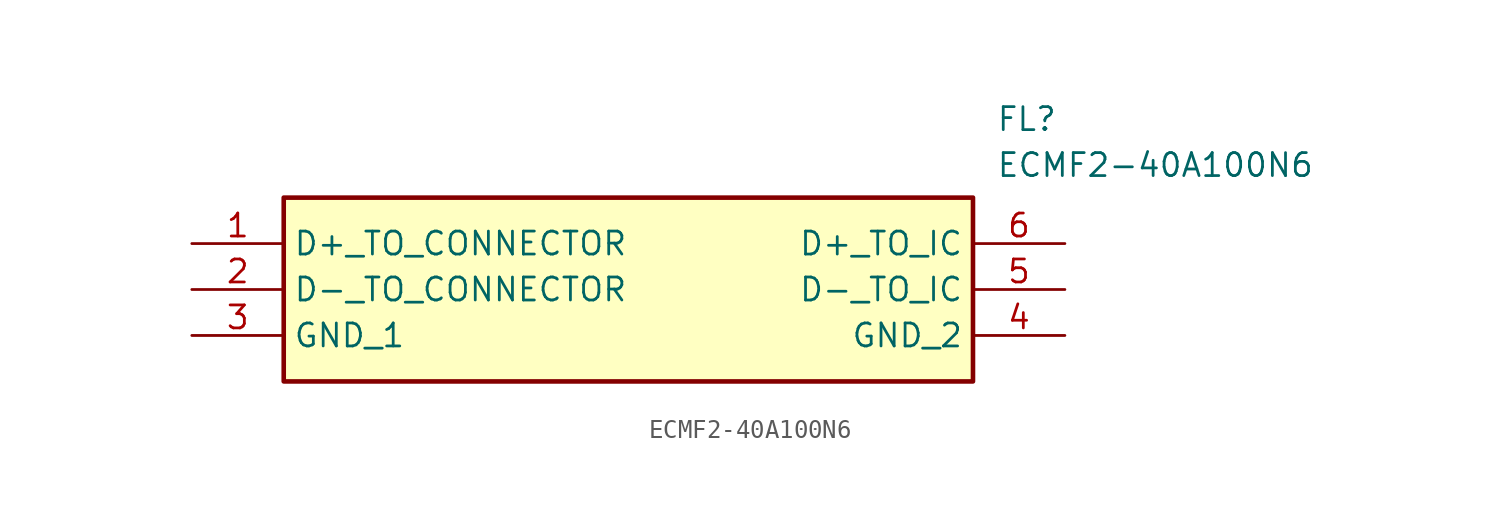
<source format=kicad_sym>
(kicad_symbol_lib
  (version 20211014)
  (generator SamacSys_ECAD_Model)
  (symbol "ECMF2-40A100N6"
    (property "Reference" "FL"
      (at 44.45 7.62 0)
      (effects (font (size 1.27 1.27)) (justify left top)))
    (property "Value" "ECMF2-40A100N6"
      (at 44.45 5.08 0)
      (effects (font (size 1.27 1.27)) (justify left top)))
    (rectangle
      (start 5.08 2.54)
      (end 43.18 -7.62)
      (stroke (width 0.254) (type default))
      (fill (type background)))
    (pin passive line
      (at 0 0 0)
      (length 5.08)
      (name "D+_TO_CONNECTOR" (effects (font (size 1.27 1.27))))
      (number "1" (effects (font (size 1.27 1.27)))))
    (pin passive line
      (at 0 -2.54 0)
      (length 5.08)
      (name "D-_TO_CONNECTOR" (effects (font (size 1.27 1.27))))
      (number "2" (effects (font (size 1.27 1.27)))))
    (pin passive line
      (at 0 -5.08 0)
      (length 5.08)
      (name "GND_1" (effects (font (size 1.27 1.27))))
      (number "3" (effects (font (size 1.27 1.27)))))
    (pin passive line
      (at 48.26 -5.08 180)
      (length 5.08)
      (name "GND_2" (effects (font (size 1.27 1.27))))
      (number "4" (effects (font (size 1.27 1.27)))))
    (pin passive line
      (at 48.26 -2.54 180)
      (length 5.08)
      (name "D-_TO_IC" (effects (font (size 1.27 1.27))))
      (number "5" (effects (font (size 1.27 1.27)))))
    (pin passive line
      (at 48.26 0 180)
      (length 5.08)
      (name "D+_TO_IC" (effects (font (size 1.27 1.27))))
      (number "6" (effects (font (size 1.27 1.27)))))))
</source>
